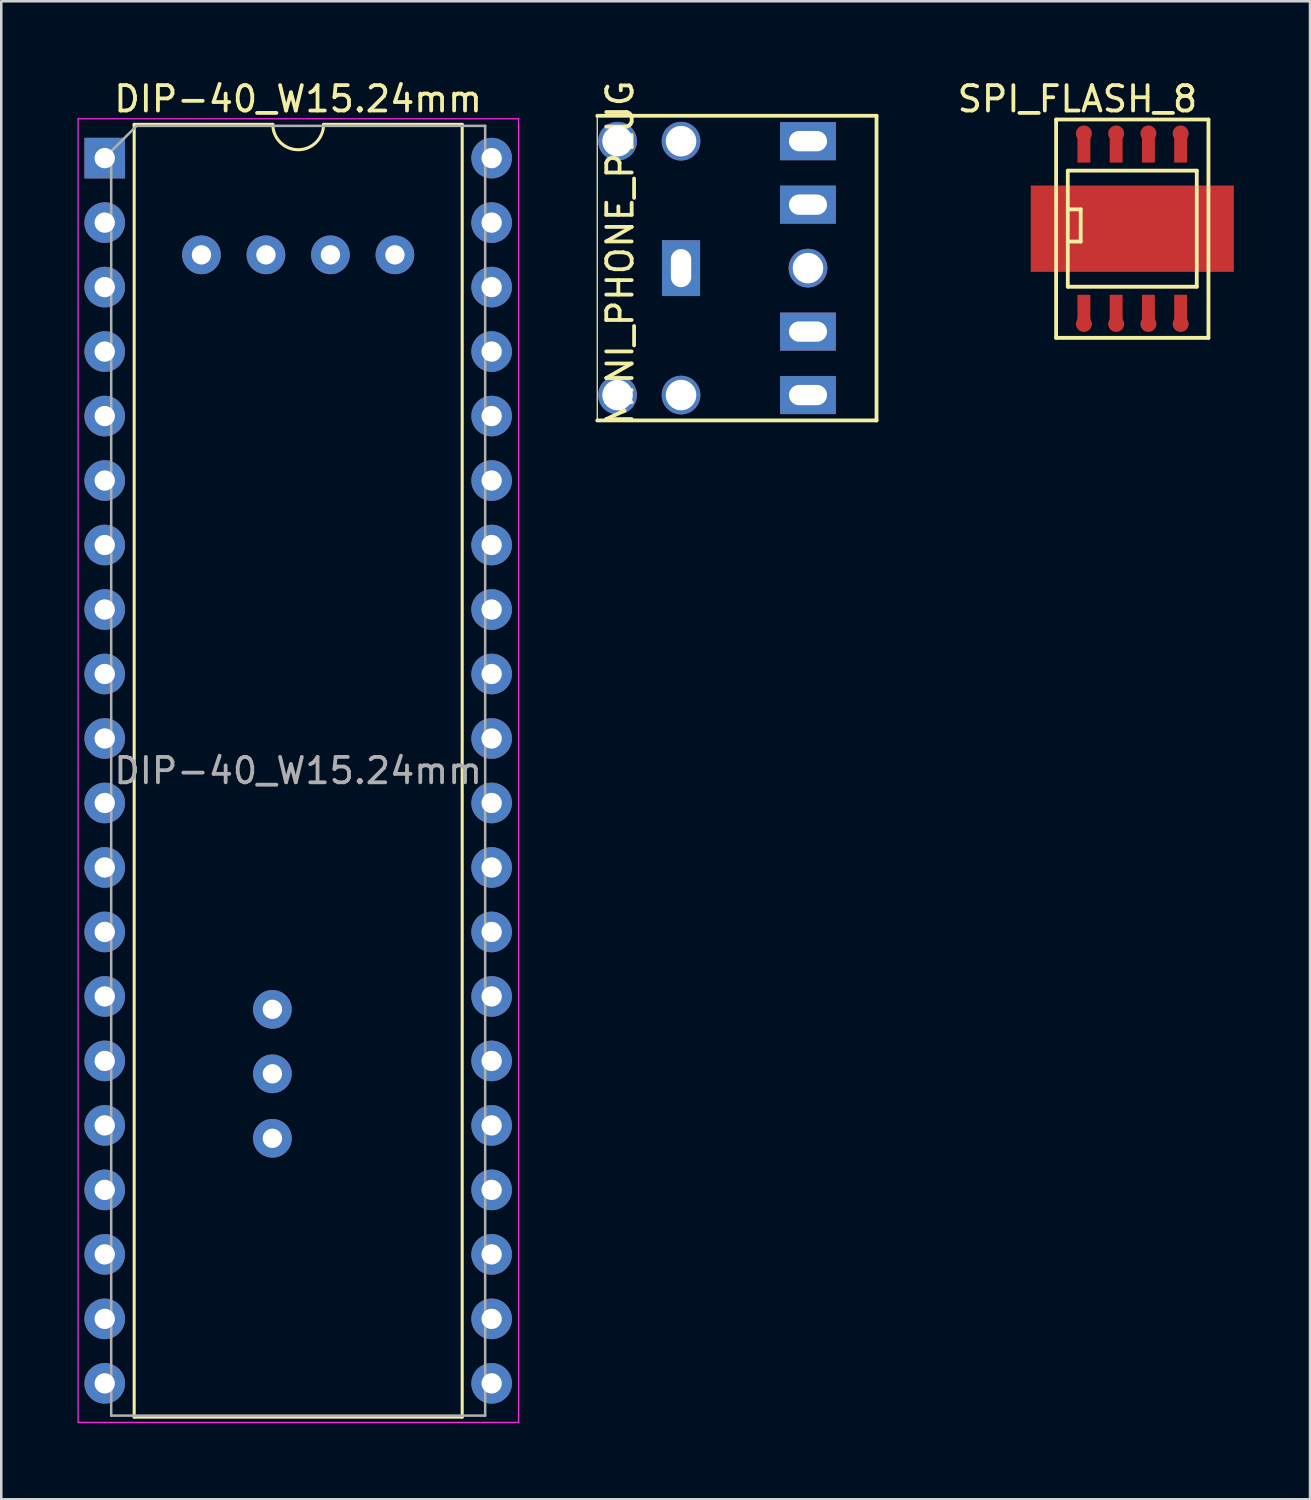
<source format=kicad_pcb>
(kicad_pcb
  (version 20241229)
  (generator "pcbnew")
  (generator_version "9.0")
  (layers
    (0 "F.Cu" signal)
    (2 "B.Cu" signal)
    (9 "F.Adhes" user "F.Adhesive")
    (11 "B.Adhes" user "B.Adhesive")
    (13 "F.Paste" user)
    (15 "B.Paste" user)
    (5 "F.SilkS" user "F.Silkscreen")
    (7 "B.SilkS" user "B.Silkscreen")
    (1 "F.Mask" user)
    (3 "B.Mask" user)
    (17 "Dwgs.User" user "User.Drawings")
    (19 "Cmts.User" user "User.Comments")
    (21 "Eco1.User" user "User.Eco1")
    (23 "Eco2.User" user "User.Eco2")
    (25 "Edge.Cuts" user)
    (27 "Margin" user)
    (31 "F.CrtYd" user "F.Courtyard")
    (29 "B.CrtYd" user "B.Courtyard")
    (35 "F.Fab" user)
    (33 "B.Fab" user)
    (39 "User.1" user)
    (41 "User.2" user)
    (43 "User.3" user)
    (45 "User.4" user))
  (footprint "MINI_PHONE_PLUG"
    (layer "F.Cu")
    (at 27.375 7.511)
    (property "Reference" "MINI_PHONE_PLUG" (at -6 -0.6 90) (layer "F.SilkS") (effects (font (size 1 1) (thickness 0.15))))
    (attr through_hole)
    (fp_line (start -6.9 -6) (end -6.9 6) (stroke (width 0.05) (type solid)) (layer "F.SilkS"))
    (fp_line (start -6.9 -6) (end 4.1 -6) (stroke (width 0.15) (type solid)) (layer "F.SilkS"))
    (fp_line (start -6.9 6) (end 4.1 6) (stroke (width 0.15) (type solid)) (layer "F.SilkS"))
    (fp_line (start 4.1 6) (end 4.1 -6) (stroke (width 0.15) (type solid)) (layer "F.SilkS"))
    (pad "" thru_hole circle (at -6.1 -5) (size 1.524 1.524) (drill 1.2) (layers "*.Cu" "*.Mask"))
    (pad "" thru_hole circle (at -6.1 5) (size 1.524 1.524) (drill 1.2) (layers "*.Cu" "*.Mask"))
    (pad "" thru_hole circle (at -3.6 -5) (size 1.524 1.524) (drill 1.2) (layers "*.Cu" "*.Mask"))
    (pad "" thru_hole circle (at -3.6 5) (size 1.524 1.524) (drill 1.2) (layers "*.Cu" "*.Mask"))
    (pad "" thru_hole circle (at 1.4 0) (size 1.524 1.524) (drill 1.2) (layers "*.Cu" "*.Mask"))
    (pad "1" thru_hole rect (at -3.6 0) (size 1.5 2.2) (drill oval 0.8 1.5) (layers "*.Cu" "*.Mask"))
    (pad "2" thru_hole rect (at 1.4 5 90) (size 1.5 2.2) (drill oval 0.8 1.5) (layers "*.Cu" "*.Mask"))
    (pad "3" thru_hole rect (at 1.4 -5 90) (size 1.5 2.2) (drill oval 0.8 1.5) (layers "*.Cu" "*.Mask"))
    (pad "10" thru_hole rect (at 1.4 2.5 90) (size 1.5 2.2) (drill oval 0.8 1.5) (layers "*.Cu" "*.Mask"))
    (pad "11" thru_hole rect (at 1.4 -2.5 90) (size 1.5 2.2) (drill oval 0.8 1.5) (layers "*.Cu" "*.Mask")))
  (footprint "SPI_FLASH_8"
    (layer "F.Cu")
    (at 41.549 5.958)
    (property "Reference" "SPI_FLASH_8" (at -2.16 -5.11 0) (layer "F.SilkS") (effects (font (size 1 1) (thickness 0.15))))
    (attr smd)
    (fp_line (start -3 -4.3) (end 3 -4.3) (stroke (width 0.15) (type solid)) (layer "F.SilkS"))
    (fp_line (start -3 4.3) (end -3 -4.3) (stroke (width 0.15) (type solid)) (layer "F.SilkS"))
    (fp_line (start -2.54 -2.286) (end 2.54 -2.286) (stroke (width 0.15) (type solid)) (layer "F.SilkS"))
    (fp_line (start -2.54 -0.762) (end -2.032 -0.762) (stroke (width 0.15) (type solid)) (layer "F.SilkS"))
    (fp_line (start -2.54 2.286) (end -2.54 -2.286) (stroke (width 0.15) (type solid)) (layer "F.SilkS"))
    (fp_line (start -2.032 -0.762) (end -2.032 0.508) (stroke (width 0.15) (type solid)) (layer "F.SilkS"))
    (fp_line (start -2.032 0.508) (end -2.54 0.508) (stroke (width 0.15) (type solid)) (layer "F.SilkS"))
    (fp_line (start 2.54 -2.286) (end 2.54 2.286) (stroke (width 0.15) (type solid)) (layer "F.SilkS"))
    (fp_line (start 2.54 2.286) (end -2.54 2.286) (stroke (width 0.15) (type solid)) (layer "F.SilkS"))
    (fp_line (start 3 -4.3) (end 3 4.3) (stroke (width 0.15) (type solid)) (layer "F.SilkS"))
    (fp_line (start 3 4.3) (end -3 4.3) (stroke (width 0.15) (type solid)) (layer "F.SilkS"))
    (pad "1" smd rect (at -1.905 3.175) (size 0.508 1.143) (layers "F.Cu" "F.Mask" "F.Paste"))
    (pad "1" smd circle (at -1.905 3.75) (size 0.63 0.63) (layers "F.Cu" "F.Mask" "F.Paste"))
    (pad "2" smd rect (at -0.635 3.175) (size 0.508 1.143) (layers "F.Cu" "F.Mask" "F.Paste"))
    (pad "2" smd circle (at -0.635 3.75) (size 0.63 0.63) (layers "F.Cu" "F.Mask" "F.Paste"))
    (pad "3" smd rect (at 0.635 3.175) (size 0.508 1.143) (layers "F.Cu" "F.Mask" "F.Paste"))
    (pad "3" smd circle (at 0.635 3.75) (size 0.63 0.63) (layers "F.Cu" "F.Mask" "F.Paste"))
    (pad "4" smd rect (at 1.905 3.175) (size 0.508 1.143) (layers "F.Cu" "F.Mask" "F.Paste"))
    (pad "4" smd circle (at 1.905 3.75) (size 0.63 0.63) (layers "F.Cu" "F.Mask" "F.Paste"))
    (pad "5" smd circle (at 1.905 -3.75) (size 0.63 0.63) (layers "F.Cu" "F.Mask" "F.Paste"))
    (pad "5" smd rect (at 1.905 -3.175) (size 0.508 1.143) (layers "F.Cu" "F.Mask" "F.Paste"))
    (pad "6" smd circle (at 0.635 -3.75) (size 0.63 0.63) (layers "F.Cu" "F.Mask" "F.Paste"))
    (pad "6" smd rect (at 0.635 -3.175) (size 0.508 1.143) (layers "F.Cu" "F.Mask" "F.Paste"))
    (pad "7" smd circle (at -0.635 -3.75) (size 0.63 0.63) (layers "F.Cu" "F.Mask" "F.Paste"))
    (pad "7" smd rect (at -0.635 -3.175) (size 0.508 1.143) (layers "F.Cu" "F.Mask" "F.Paste"))
    (pad "8" smd circle (at -1.905 -3.75) (size 0.63 0.63) (layers "F.Cu" "F.Mask" "F.Paste"))
    (pad "8" smd rect (at -1.905 -3.175) (size 0.508 1.143) (layers "F.Cu" "F.Mask" "F.Paste"))
    (pad "9" smd rect (at 0 0) (size 8 3.4) (layers "F.Cu" "F.Mask" "F.Paste")))
  (footprint "DIP-40_W15.24mm"
    (layer "F.Cu")
    (at 1.075 3.178)
    (property "Reference" "DIP-40_W15.24mm" (at 7.62 -2.33 0) (layer "F.SilkS") (effects (font (size 1 1) (thickness 0.15))))
    (attr through_hole)
    (fp_line (start 1.16 -1.33) (end 1.16 49.59) (stroke (width 0.12) (type solid)) (layer "F.SilkS"))
    (fp_line (start 1.16 49.59) (end 14.08 49.59) (stroke (width 0.12) (type solid)) (layer "F.SilkS"))
    (fp_line (start 6.62 -1.33) (end 1.16 -1.33) (stroke (width 0.12) (type solid)) (layer "F.SilkS"))
    (fp_line (start 14.08 -1.33) (end 8.62 -1.33) (stroke (width 0.12) (type solid)) (layer "F.SilkS"))
    (fp_line (start 14.08 49.59) (end 14.08 -1.33) (stroke (width 0.12) (type solid)) (layer "F.SilkS"))
    (fp_arc (start 8.62 -1.33) (mid 7.62 -0.33) (end 6.62 -1.33) (stroke (width 0.12) (type solid)) (layer "F.SilkS"))
    (fp_line (start -1.05 -1.55) (end -1.05 49.8) (stroke (width 0.05) (type solid)) (layer "F.CrtYd"))
    (fp_line (start -1.05 49.8) (end 16.3 49.8) (stroke (width 0.05) (type solid)) (layer "F.CrtYd"))
    (fp_line (start 16.3 -1.55) (end -1.05 -1.55) (stroke (width 0.05) (type solid)) (layer "F.CrtYd"))
    (fp_line (start 16.3 49.8) (end 16.3 -1.55) (stroke (width 0.05) (type solid)) (layer "F.CrtYd"))
    (fp_line (start 0.255 -0.27) (end 1.255 -1.27) (stroke (width 0.1) (type solid)) (layer "F.Fab"))
    (fp_line (start 0.255 49.53) (end 0.255 -0.27) (stroke (width 0.1) (type solid)) (layer "F.Fab"))
    (fp_line (start 1.255 -1.27) (end 14.985 -1.27) (stroke (width 0.1) (type solid)) (layer "F.Fab"))
    (fp_line (start 14.985 -1.27) (end 14.985 49.53) (stroke (width 0.1) (type solid)) (layer "F.Fab"))
    (fp_line (start 14.985 49.53) (end 0.255 49.53) (stroke (width 0.1) (type solid)) (layer "F.Fab"))
    (fp_text user "${REFERENCE}" (at 7.62 24.13 0) (layer "F.Fab") (effects (font (size 1 1) (thickness 0.15))))
    (pad "1" thru_hole rect (at 0 0) (size 1.6 1.6) (drill 0.8) (layers "*.Cu" "*.Mask"))
    (pad "2" thru_hole oval (at 0 2.54) (size 1.6 1.6) (drill 0.8) (layers "*.Cu" "*.Mask"))
    (pad "3" thru_hole oval (at 0 5.08) (size 1.6 1.6) (drill 0.8) (layers "*.Cu" "*.Mask"))
    (pad "4" thru_hole oval (at 0 7.62) (size 1.6 1.6) (drill 0.8) (layers "*.Cu" "*.Mask"))
    (pad "5" thru_hole oval (at 0 10.16) (size 1.6 1.6) (drill 0.8) (layers "*.Cu" "*.Mask"))
    (pad "6" thru_hole oval (at 0 12.7) (size 1.6 1.6) (drill 0.8) (layers "*.Cu" "*.Mask"))
    (pad "7" thru_hole oval (at 0 15.24) (size 1.6 1.6) (drill 0.8) (layers "*.Cu" "*.Mask"))
    (pad "8" thru_hole oval (at 0 17.78) (size 1.6 1.6) (drill 0.8) (layers "*.Cu" "*.Mask"))
    (pad "9" thru_hole oval (at 0 20.32) (size 1.6 1.6) (drill 0.8) (layers "*.Cu" "*.Mask"))
    (pad "10" thru_hole oval (at 0 22.86) (size 1.6 1.6) (drill 0.8) (layers "*.Cu" "*.Mask"))
    (pad "11" thru_hole oval (at 0 25.4) (size 1.6 1.6) (drill 0.8) (layers "*.Cu" "*.Mask"))
    (pad "12" thru_hole oval (at 0 27.94) (size 1.6 1.6) (drill 0.8) (layers "*.Cu" "*.Mask"))
    (pad "13" thru_hole oval (at 0 30.48) (size 1.6 1.6) (drill 0.8) (layers "*.Cu" "*.Mask"))
    (pad "14" thru_hole oval (at 0 33.02) (size 1.6 1.6) (drill 0.8) (layers "*.Cu" "*.Mask"))
    (pad "15" thru_hole oval (at 0 35.56) (size 1.6 1.6) (drill 0.8) (layers "*.Cu" "*.Mask"))
    (pad "16" thru_hole oval (at 0 38.1) (size 1.6 1.6) (drill 0.8) (layers "*.Cu" "*.Mask"))
    (pad "17" thru_hole oval (at 0 40.64) (size 1.6 1.6) (drill 0.8) (layers "*.Cu" "*.Mask"))
    (pad "18" thru_hole oval (at 0 43.18) (size 1.6 1.6) (drill 0.8) (layers "*.Cu" "*.Mask"))
    (pad "19" thru_hole oval (at 0 45.72) (size 1.6 1.6) (drill 0.8) (layers "*.Cu" "*.Mask"))
    (pad "20" thru_hole oval (at 0 48.26) (size 1.6 1.6) (drill 0.8) (layers "*.Cu" "*.Mask"))
    (pad "21" thru_hole oval (at 15.24 48.26) (size 1.6 1.6) (drill 0.8) (layers "*.Cu" "*.Mask"))
    (pad "22" thru_hole oval (at 15.24 45.72) (size 1.6 1.6) (drill 0.8) (layers "*.Cu" "*.Mask"))
    (pad "23" thru_hole oval (at 15.24 43.18) (size 1.6 1.6) (drill 0.8) (layers "*.Cu" "*.Mask"))
    (pad "24" thru_hole oval (at 15.24 40.64) (size 1.6 1.6) (drill 0.8) (layers "*.Cu" "*.Mask"))
    (pad "25" thru_hole oval (at 15.24 38.1) (size 1.6 1.6) (drill 0.8) (layers "*.Cu" "*.Mask"))
    (pad "26" thru_hole oval (at 15.24 35.56) (size 1.6 1.6) (drill 0.8) (layers "*.Cu" "*.Mask"))
    (pad "27" thru_hole oval (at 15.24 33.02) (size 1.6 1.6) (drill 0.8) (layers "*.Cu" "*.Mask"))
    (pad "28" thru_hole oval (at 15.24 30.48) (size 1.6 1.6) (drill 0.8) (layers "*.Cu" "*.Mask"))
    (pad "29" thru_hole oval (at 15.24 27.94) (size 1.6 1.6) (drill 0.8) (layers "*.Cu" "*.Mask"))
    (pad "30" thru_hole oval (at 15.24 25.4) (size 1.6 1.6) (drill 0.8) (layers "*.Cu" "*.Mask"))
    (pad "31" thru_hole oval (at 15.24 22.86) (size 1.6 1.6) (drill 0.8) (layers "*.Cu" "*.Mask"))
    (pad "32" thru_hole oval (at 15.24 20.32) (size 1.6 1.6) (drill 0.8) (layers "*.Cu" "*.Mask"))
    (pad "33" thru_hole oval (at 15.24 17.78) (size 1.6 1.6) (drill 0.8) (layers "*.Cu" "*.Mask"))
    (pad "34" thru_hole oval (at 15.24 15.24) (size 1.6 1.6) (drill 0.8) (layers "*.Cu" "*.Mask"))
    (pad "35" thru_hole oval (at 15.24 12.7) (size 1.6 1.6) (drill 0.8) (layers "*.Cu" "*.Mask"))
    (pad "36" thru_hole oval (at 15.24 10.16) (size 1.6 1.6) (drill 0.8) (layers "*.Cu" "*.Mask"))
    (pad "37" thru_hole oval (at 15.24 7.62) (size 1.6 1.6) (drill 0.8) (layers "*.Cu" "*.Mask"))
    (pad "38" thru_hole oval (at 15.24 5.08) (size 1.6 1.6) (drill 0.8) (layers "*.Cu" "*.Mask"))
    (pad "39" thru_hole oval (at 15.24 2.54) (size 1.6 1.6) (drill 0.8) (layers "*.Cu" "*.Mask"))
    (pad "40" thru_hole oval (at 15.24 0) (size 1.6 1.6) (drill 0.8) (layers "*.Cu" "*.Mask"))
    (pad "41" thru_hole circle (at 11.43 3.81) (size 1.524 1.524) (drill 0.762) (layers "*.Cu" "*.Mask"))
    (pad "42" thru_hole circle (at 8.89 3.81) (size 1.524 1.524) (drill 0.762) (layers "*.Cu" "*.Mask"))
    (pad "43" thru_hole circle (at 6.35 3.81) (size 1.524 1.524) (drill 0.762) (layers "*.Cu" "*.Mask"))
    (pad "44" thru_hole circle (at 3.81 3.81) (size 1.524 1.524) (drill 0.762) (layers "*.Cu" "*.Mask"))
    (pad "45" thru_hole circle (at 6.604 33.528) (size 1.524 1.524) (drill 0.762) (layers "*.Cu" "*.Mask"))
    (pad "46" thru_hole circle (at 6.604 36.068) (size 1.524 1.524) (drill 0.762) (layers "*.Cu" "*.Mask"))
    (pad "47" thru_hole circle (at 6.604 38.608) (size 1.524 1.524) (drill 0.762) (layers "*.Cu" "*.Mask")))
  (gr_rect
    (start -3 -3)
    (end 48.549 56.003)
    (stroke (width 0.1) (type default))
    (fill no)
    (layer "Edge.Cuts")))
</source>
